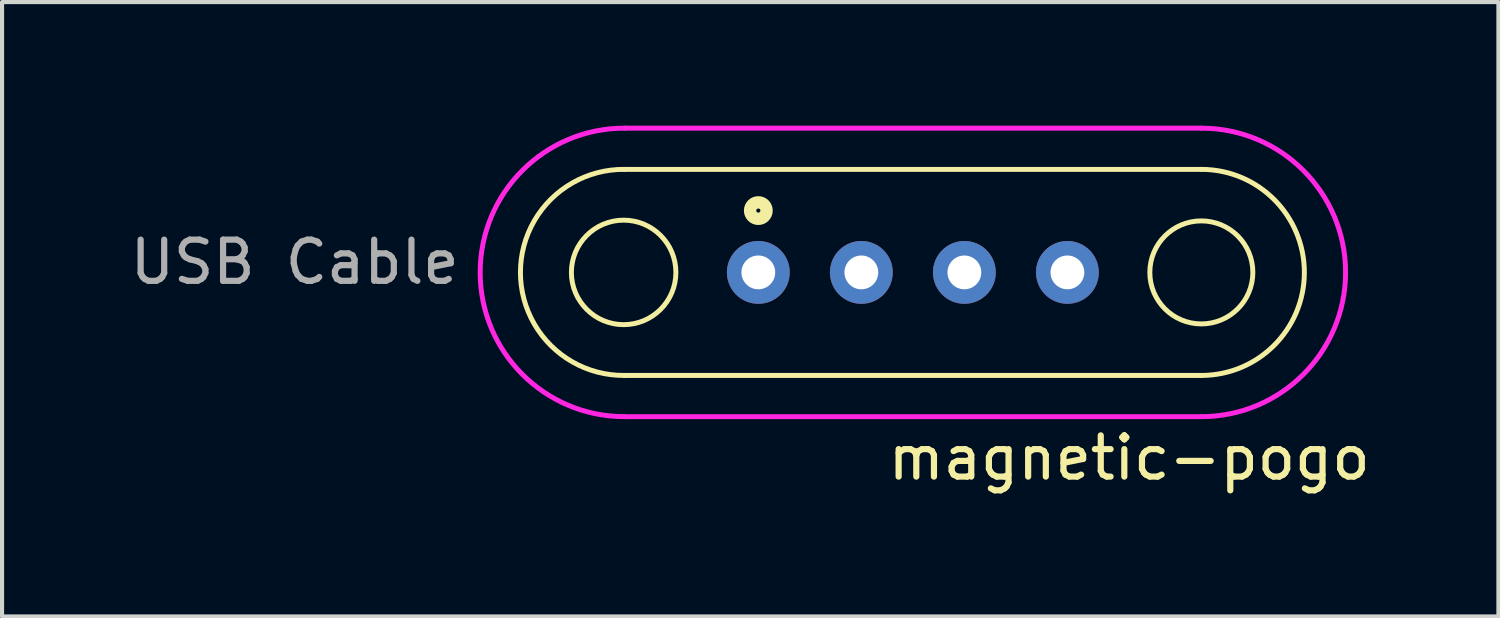
<source format=kicad_pcb>
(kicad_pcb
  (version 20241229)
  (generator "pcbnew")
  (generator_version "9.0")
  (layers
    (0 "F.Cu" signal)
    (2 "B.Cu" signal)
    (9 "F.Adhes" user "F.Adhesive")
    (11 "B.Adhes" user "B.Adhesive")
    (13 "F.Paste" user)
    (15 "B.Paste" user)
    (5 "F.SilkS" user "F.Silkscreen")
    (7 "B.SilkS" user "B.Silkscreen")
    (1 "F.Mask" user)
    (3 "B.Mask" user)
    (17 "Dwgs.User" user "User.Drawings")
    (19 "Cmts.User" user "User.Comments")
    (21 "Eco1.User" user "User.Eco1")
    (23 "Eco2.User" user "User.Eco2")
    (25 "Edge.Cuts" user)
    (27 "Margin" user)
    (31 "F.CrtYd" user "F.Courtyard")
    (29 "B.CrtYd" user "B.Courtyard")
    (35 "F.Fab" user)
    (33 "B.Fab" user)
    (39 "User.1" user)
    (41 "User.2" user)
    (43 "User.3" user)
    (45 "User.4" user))
  (footprint "magnetic-pogo"
    (layer "F.Cu")
    (at 19.101 3.56)
    (property "Reference" "magnetic-pogo" (at 5.25 4.5 0) (layer "F.SilkS") (effects (font (size 1 1) (thickness 0.15))))
    (attr through_hole)
    (fp_line (start -7 -2.5) (end 7 -2.5) (stroke (width 0.12) (type solid)) (layer "F.SilkS"))
    (fp_line (start 7 2.5) (end -7 2.5) (stroke (width 0.12) (type solid)) (layer "F.SilkS"))
    (fp_arc (start -6.999999 2.499999) (mid -9.517966 0.000001) (end -7.000001 -2.499999) (stroke (width 0.12) (type solid)) (layer "F.SilkS"))
    (fp_arc (start 7 -2.5) (mid 9.5 0) (end 7 2.5) (stroke (width 0.12) (type solid)) (layer "F.SilkS"))
    (fp_circle (center -7.018 0) (end -5.75 0) (stroke (width 0.12) (type solid)) (fill no) (layer "F.SilkS"))
    (fp_circle (center -3.75 -1.5) (end -3.55 -1.5) (stroke (width 0.3) (type solid)) (fill no) (layer "F.SilkS"))
    (fp_circle (center 7 0) (end 8.25 0) (stroke (width 0.12) (type solid)) (fill no) (layer "F.SilkS"))
    (fp_line (start -7 -3.5) (end 7 -3.5) (stroke (width 0.12) (type solid)) (layer "F.CrtYd"))
    (fp_line (start 7 3.5) (end -7 3.5) (stroke (width 0.12) (type solid)) (layer "F.CrtYd"))
    (fp_arc (start -6.999153 3.499995) (mid -10.517948 0.000424) (end -7.000001 -3.499999) (stroke (width 0.12) (type solid)) (layer "F.CrtYd"))
    (fp_arc (start 7 -3.5) (mid 10.5 0) (end 7 3.5) (stroke (width 0.12) (type solid)) (layer "F.CrtYd"))
    (fp_text user "USB Cable" (at -15 -0.25 0) (layer "F.Fab") (effects (font (size 1 1) (thickness 0.15))))
    (pad "1" thru_hole circle (at -3.75 0) (size 1.524 1.524) (drill 0.82) (layers "*.Cu" "*.Mask"))
    (pad "2" thru_hole circle (at -1.25 0) (size 1.524 1.524) (drill 0.82) (layers "*.Cu" "*.Mask"))
    (pad "3" thru_hole circle (at 1.25 0) (size 1.524 1.524) (drill 0.82) (layers "*.Cu" "*.Mask"))
    (pad "4" thru_hole circle (at 3.75 0) (size 1.524 1.524) (drill 0.82) (layers "*.Cu" "*.Mask")))
  (gr_rect
    (start -3 -3)
    (end 33.31 11.908)
    (stroke (width 0.1) (type default))
    (fill no)
    (layer "Edge.Cuts")))
</source>
